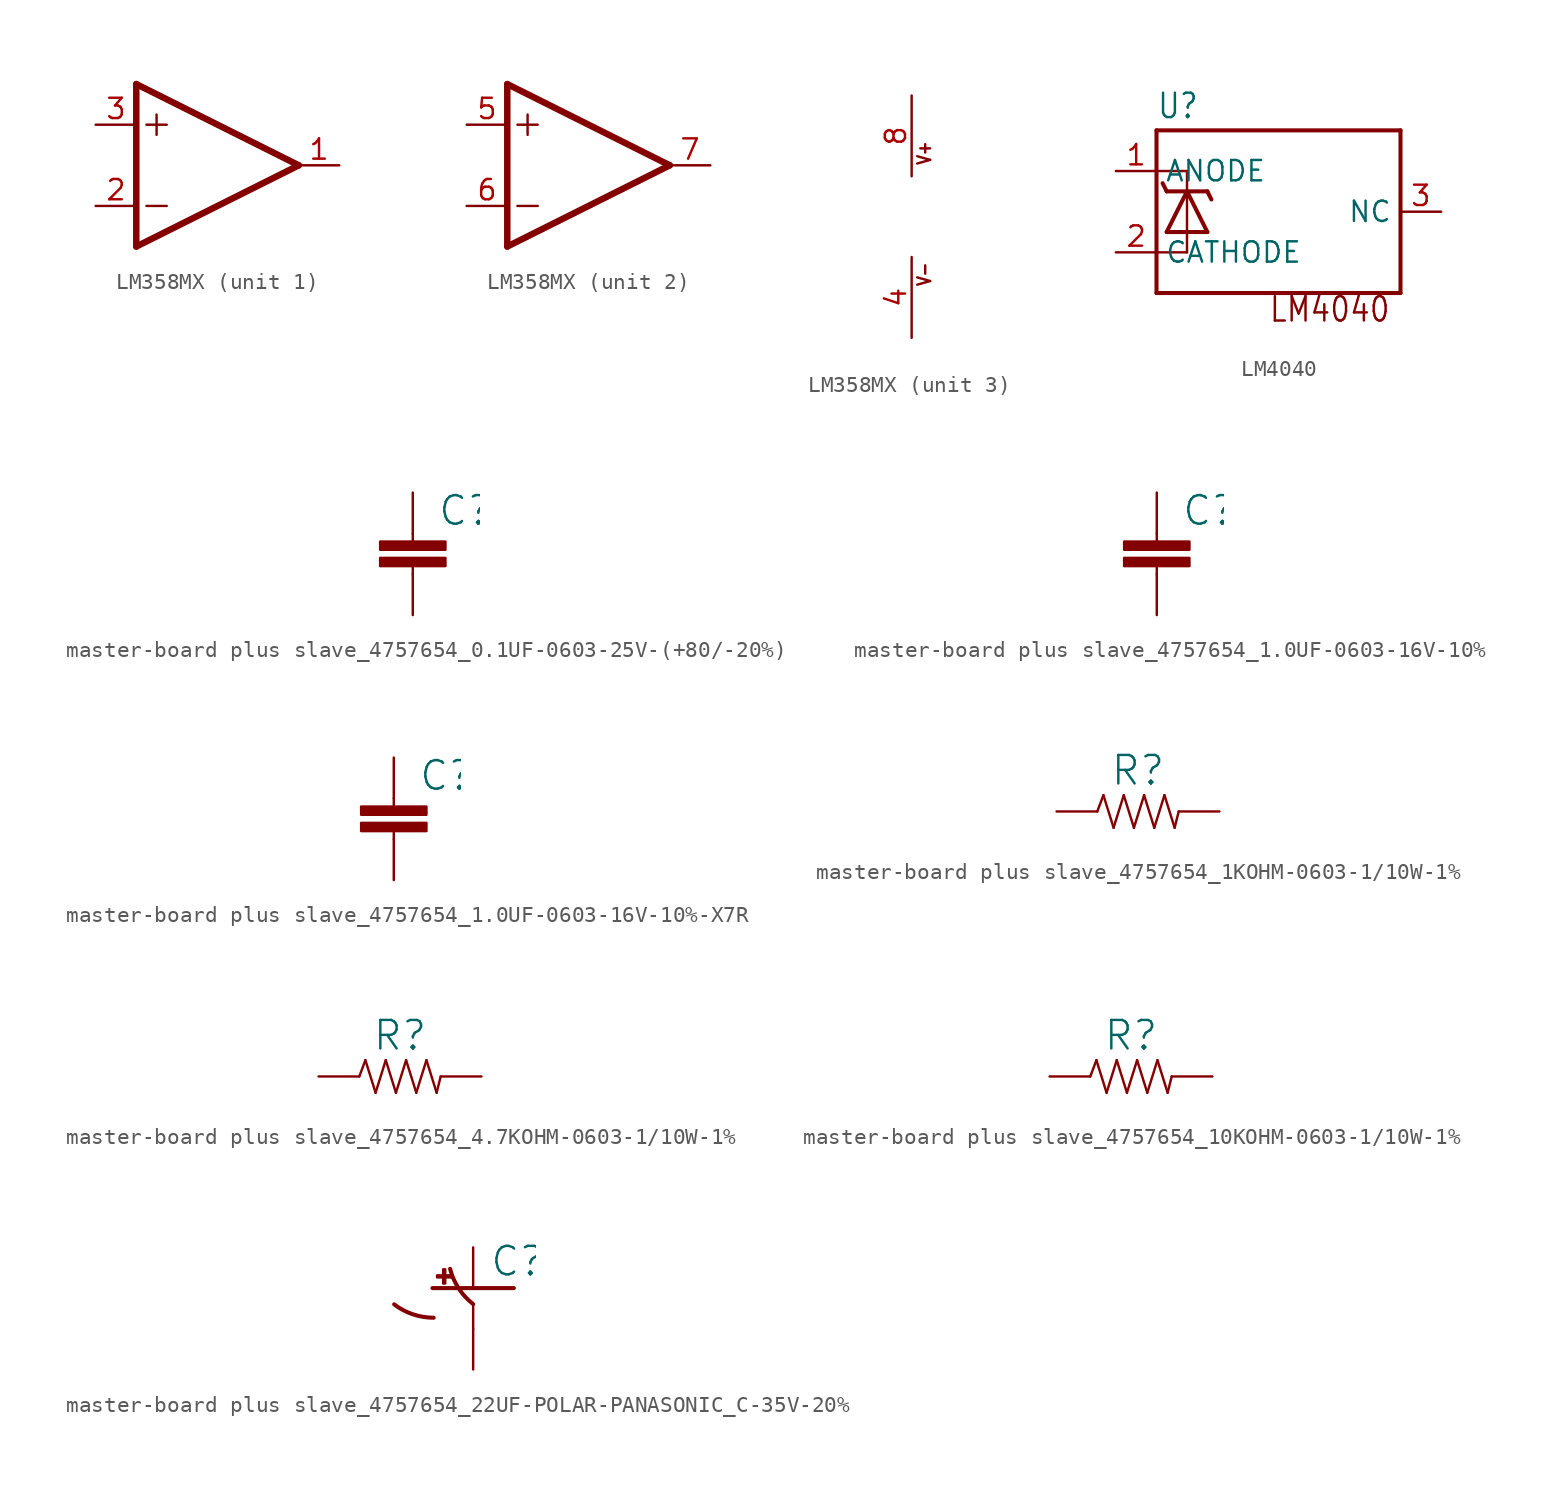
<source format=kicad_sym>
(kicad_symbol_lib
  (version 20241209)
  (generator "kicad_symbol_editor")
  (generator_version "9.0")
  (symbol "LM358MX"
    (property "Reference" "IC"
      (at 2.54 3.175 0)
      (effects (font (size 1.778 1.511)) (justify left bottom) (hide yes)))
    (property "ki_locked" ""
      (at 0 0 0)
      (effects (font (size 1.27 1.27))))
    (symbol "LM358MX_1_0"
      (polyline (pts (xy -5.08 5.08) (xy -5.08 -5.08)) (stroke (width 0.406) (type solid)) (fill (type none)))
      (polyline (pts (xy -5.08 -5.08) (xy 5.08 0)) (stroke (width 0.406) (type solid)) (fill (type none)))
      (polyline (pts (xy -4.445 2.54) (xy -3.175 2.54)) (stroke (width 0.152) (type solid)) (fill (type none)))
      (polyline (pts (xy -4.445 -2.54) (xy -3.175 -2.54)) (stroke (width 0.152) (type solid)) (fill (type none)))
      (polyline (pts (xy -3.81 3.175) (xy -3.81 1.905)) (stroke (width 0.152) (type solid)) (fill (type none)))
      (polyline (pts (xy 5.08 0) (xy -5.08 5.08)) (stroke (width 0.406) (type solid)) (fill (type none)))
      (pin input line (at -7.62 2.54 0) (length 2.54) (name "+IN" (effects (font (size 0 0)))) (number "3" (effects (font (size 1.27 1.27)))))
      (pin input line (at -7.62 -2.54 0) (length 2.54) (name "-IN" (effects (font (size 0 0)))) (number "2" (effects (font (size 1.27 1.27)))))
      (pin output line (at 7.62 0 180) (length 2.54) (name "OUT" (effects (font (size 0 0)))) (number "1" (effects (font (size 1.27 1.27))))))
    (symbol "LM358MX_2_0"
      (polyline (pts (xy -5.08 5.08) (xy -5.08 -5.08)) (stroke (width 0.406) (type solid)) (fill (type none)))
      (polyline (pts (xy -5.08 -5.08) (xy 5.08 0)) (stroke (width 0.406) (type solid)) (fill (type none)))
      (polyline (pts (xy -4.445 2.54) (xy -3.175 2.54)) (stroke (width 0.152) (type solid)) (fill (type none)))
      (polyline (pts (xy -4.445 -2.54) (xy -3.175 -2.54)) (stroke (width 0.152) (type solid)) (fill (type none)))
      (polyline (pts (xy -3.81 3.175) (xy -3.81 1.905)) (stroke (width 0.152) (type solid)) (fill (type none)))
      (polyline (pts (xy 5.08 0) (xy -5.08 5.08)) (stroke (width 0.406) (type solid)) (fill (type none)))
      (pin input line (at -7.62 2.54 0) (length 2.54) (name "+IN" (effects (font (size 0 0)))) (number "5" (effects (font (size 1.27 1.27)))))
      (pin input line (at -7.62 -2.54 0) (length 2.54) (name "-IN" (effects (font (size 0 0)))) (number "6" (effects (font (size 1.27 1.27)))))
      (pin output line (at 7.62 0 180) (length 2.54) (name "OUT" (effects (font (size 0 0)))) (number "7" (effects (font (size 1.27 1.27))))))
    (symbol "LM358MX_3_0"
      (text "V+" (at 1.27 3.175 900) (effects (font (size 0.813 0.691)) (justify left bottom)))
      (text "V-" (at 1.27 -4.445 900) (effects (font (size 0.813 0.691)) (justify left bottom)))
      (pin power_in line (at 0 7.62 270) (length 5.08) (name "V+" (effects (font (size 0 0)))) (number "8" (effects (font (size 1.27 1.27)))))
      (pin power_in line (at 0 -7.62 90) (length 5.08) (name "V-" (effects (font (size 0 0)))) (number "4" (effects (font (size 1.27 1.27)))))))
  (symbol "LM4040"
    (property "Reference" "U"
      (at -7.62 5.715 0)
      (effects (font (size 1.524 1.295)) (justify left bottom)))
    (property "ki_locked" ""
      (at 0 0 0)
      (effects (font (size 1.27 1.27))))
    (symbol "LM4040_1_0"
      (polyline (pts (xy -7.62 5.08) (xy -7.62 2.54)) (stroke (width 0.254) (type solid)) (fill (type none)))
      (polyline (pts (xy -7.62 2.54) (xy -7.62 -2.54)) (stroke (width 0.254) (type solid)) (fill (type none)))
      (polyline (pts (xy -7.62 -2.54) (xy -7.62 -5.08)) (stroke (width 0.254) (type solid)) (fill (type none)))
      (polyline (pts (xy -7.62 -5.08) (xy 7.62 -5.08)) (stroke (width 0.254) (type solid)) (fill (type none)))
      (polyline (pts (xy -6.985 1.27) (xy -7.239 1.778)) (stroke (width 0.254) (type solid)) (fill (type none)))
      (polyline (pts (xy -6.985 1.27) (xy -5.715 1.27)) (stroke (width 0.254) (type solid)) (fill (type none)))
      (polyline (pts (xy -6.985 -1.27) (xy -4.445 -1.27)) (stroke (width 0.254) (type solid)) (fill (type none)))
      (polyline (pts (xy -5.715 2.54) (xy -7.62 2.54)) (stroke (width 0.152) (type solid)) (fill (type none)))
      (polyline (pts (xy -5.715 2.54) (xy -5.715 -2.54)) (stroke (width 0.152) (type solid)) (fill (type none)))
      (polyline (pts (xy -5.715 1.27) (xy -6.985 -1.27)) (stroke (width 0.254) (type solid)) (fill (type none)))
      (polyline (pts (xy -5.715 1.27) (xy -4.445 1.27)) (stroke (width 0.254) (type solid)) (fill (type none)))
      (polyline (pts (xy -5.715 -2.54) (xy -7.62 -2.54)) (stroke (width 0.152) (type solid)) (fill (type none)))
      (polyline (pts (xy -4.445 1.27) (xy -4.191 0.762)) (stroke (width 0.254) (type solid)) (fill (type none)))
      (polyline (pts (xy -4.445 -1.27) (xy -5.715 1.27)) (stroke (width 0.254) (type solid)) (fill (type none)))
      (polyline (pts (xy 7.62 5.08) (xy -7.62 5.08)) (stroke (width 0.254) (type solid)) (fill (type none)))
      (polyline (pts (xy 7.62 -5.08) (xy 7.62 5.08)) (stroke (width 0.254) (type solid)) (fill (type none)))
      (text "LM4040" (at -0.636 -6.992 0) (effects (font (size 1.526 1.297)) (justify left bottom)))
      (pin bidirectional line (at -10.16 2.54 0) (length 2.54) (name "ANODE" (effects (font (size 1.27 1.27)))) (number "1" (effects (font (size 1.27 1.27)))))
      (pin bidirectional line (at -10.16 -2.54 0) (length 2.54) (name "CATHODE" (effects (font (size 1.27 1.27)))) (number "2" (effects (font (size 1.27 1.27)))))
      (pin bidirectional line (at 10.16 0 180) (length 2.54) (name "NC" (effects (font (size 1.27 1.27)))) (number "3" (effects (font (size 1.27 1.27)))))))
  (symbol "master-board plus slave_4757654_0.1UF-0603-25V-(+80/-20%)"
    (property "Reference" "C"
      (at 1.524 2.921 0)
      (effects (font (size 1.778 1.778)) (justify left bottom)))
    (property "Value" ""
      (at 1.524 -2.159 0)
      (effects (font (size 1.778 1.778)) (justify left bottom)))
    (property "ki_locked" ""
      (at 0 0 0)
      (effects (font (size 1.27 1.27))))
    (symbol "master-board plus slave_4757654_0.1UF-0603-25V-(+80/-20%)_1_0"
      (rectangle (start -2.032 1.524) (end 2.032 2.032) (stroke (width 0) (type default)) (fill (type outline)))
      (rectangle (start -2.032 0.508) (end 2.032 1.016) (stroke (width 0) (type default)) (fill (type outline)))
      (polyline (pts (xy 0 2.54) (xy 0 2.032)) (stroke (width 0.152) (type solid)) (fill (type none)))
      (polyline (pts (xy 0 0) (xy 0 0.508)) (stroke (width 0.152) (type solid)) (fill (type none)))
      (pin passive line (at 0 5.08 270) (length 2.54) (name "1" (effects (font (size 0 0)))) (number "1" (effects (font (size 0 0)))))
      (pin passive line (at 0 -2.54 90) (length 2.54) (name "2" (effects (font (size 0 0)))) (number "2" (effects (font (size 0 0)))))))
  (symbol "master-board plus slave_4757654_1.0UF-0603-16V-10%"
    (property "Reference" "C"
      (at 1.524 2.921 0)
      (effects (font (size 1.778 1.778)) (justify left bottom)))
    (property "Value" ""
      (at 1.524 -2.159 0)
      (effects (font (size 1.778 1.778)) (justify left bottom)))
    (property "ki_locked" ""
      (at 0 0 0)
      (effects (font (size 1.27 1.27))))
    (symbol "master-board plus slave_4757654_1.0UF-0603-16V-10%_1_0"
      (rectangle (start -2.032 1.524) (end 2.032 2.032) (stroke (width 0) (type default)) (fill (type outline)))
      (rectangle (start -2.032 0.508) (end 2.032 1.016) (stroke (width 0) (type default)) (fill (type outline)))
      (polyline (pts (xy 0 2.54) (xy 0 2.032)) (stroke (width 0.152) (type solid)) (fill (type none)))
      (polyline (pts (xy 0 0) (xy 0 0.508)) (stroke (width 0.152) (type solid)) (fill (type none)))
      (pin passive line (at 0 5.08 270) (length 2.54) (name "1" (effects (font (size 0 0)))) (number "1" (effects (font (size 0 0)))))
      (pin passive line (at 0 -2.54 90) (length 2.54) (name "2" (effects (font (size 0 0)))) (number "2" (effects (font (size 0 0)))))))
  (symbol "master-board plus slave_4757654_1.0UF-0603-16V-10%-X7R"
    (property "Reference" "C"
      (at 1.524 2.921 0)
      (effects (font (size 1.778 1.778)) (justify left bottom)))
    (property "Value" ""
      (at 1.524 -2.159 0)
      (effects (font (size 1.778 1.778)) (justify left bottom)))
    (property "ki_locked" ""
      (at 0 0 0)
      (effects (font (size 1.27 1.27))))
    (symbol "master-board plus slave_4757654_1.0UF-0603-16V-10%-X7R_1_0"
      (rectangle (start -2.032 1.524) (end 2.032 2.032) (stroke (width 0) (type default)) (fill (type outline)))
      (rectangle (start -2.032 0.508) (end 2.032 1.016) (stroke (width 0) (type default)) (fill (type outline)))
      (polyline (pts (xy 0 2.54) (xy 0 2.032)) (stroke (width 0.152) (type solid)) (fill (type none)))
      (polyline (pts (xy 0 0) (xy 0 0.508)) (stroke (width 0.152) (type solid)) (fill (type none)))
      (pin passive line (at 0 5.08 270) (length 2.54) (name "1" (effects (font (size 0 0)))) (number "1" (effects (font (size 0 0)))))
      (pin passive line (at 0 -2.54 90) (length 2.54) (name "2" (effects (font (size 0 0)))) (number "2" (effects (font (size 0 0)))))))
  (symbol "master-board plus slave_4757654_1KOHM-0603-1/10W-1%"
    (property "Reference" "R"
      (at 0 1.524 0)
      (effects (font (size 1.778 1.778)) (justify bottom)))
    (property "Value" ""
      (at 0 -1.524 0)
      (effects (font (size 1.778 1.778)) (justify top)))
    (property "ki_locked" ""
      (at 0 0 0)
      (effects (font (size 1.27 1.27))))
    (symbol "master-board plus slave_4757654_1KOHM-0603-1/10W-1%_1_0"
      (polyline (pts (xy -2.54 0) (xy -2.159 1.016)) (stroke (width 0.152) (type solid)) (fill (type none)))
      (polyline (pts (xy -2.159 1.016) (xy -1.524 -1.016)) (stroke (width 0.152) (type solid)) (fill (type none)))
      (polyline (pts (xy -1.524 -1.016) (xy -0.889 1.016)) (stroke (width 0.152) (type solid)) (fill (type none)))
      (polyline (pts (xy -0.889 1.016) (xy -0.254 -1.016)) (stroke (width 0.152) (type solid)) (fill (type none)))
      (polyline (pts (xy -0.254 -1.016) (xy 0.381 1.016)) (stroke (width 0.152) (type solid)) (fill (type none)))
      (polyline (pts (xy 0.381 1.016) (xy 1.016 -1.016)) (stroke (width 0.152) (type solid)) (fill (type none)))
      (polyline (pts (xy 1.016 -1.016) (xy 1.651 1.016)) (stroke (width 0.152) (type solid)) (fill (type none)))
      (polyline (pts (xy 1.651 1.016) (xy 2.286 -1.016)) (stroke (width 0.152) (type solid)) (fill (type none)))
      (polyline (pts (xy 2.286 -1.016) (xy 2.54 0)) (stroke (width 0.152) (type solid)) (fill (type none)))
      (pin passive line (at -5.08 0 0) (length 2.54) (name "1" (effects (font (size 0 0)))) (number "1" (effects (font (size 0 0)))))
      (pin passive line (at 5.08 0 180) (length 2.54) (name "2" (effects (font (size 0 0)))) (number "2" (effects (font (size 0 0)))))))
  (symbol "master-board plus slave_4757654_4.7KOHM-0603-1/10W-1%"
    (property "Reference" "R"
      (at 0 1.524 0)
      (effects (font (size 1.778 1.778)) (justify bottom)))
    (property "Value" ""
      (at 0 -1.524 0)
      (effects (font (size 1.778 1.778)) (justify top)))
    (property "ki_locked" ""
      (at 0 0 0)
      (effects (font (size 1.27 1.27))))
    (symbol "master-board plus slave_4757654_4.7KOHM-0603-1/10W-1%_1_0"
      (polyline (pts (xy -2.54 0) (xy -2.159 1.016)) (stroke (width 0.152) (type solid)) (fill (type none)))
      (polyline (pts (xy -2.159 1.016) (xy -1.524 -1.016)) (stroke (width 0.152) (type solid)) (fill (type none)))
      (polyline (pts (xy -1.524 -1.016) (xy -0.889 1.016)) (stroke (width 0.152) (type solid)) (fill (type none)))
      (polyline (pts (xy -0.889 1.016) (xy -0.254 -1.016)) (stroke (width 0.152) (type solid)) (fill (type none)))
      (polyline (pts (xy -0.254 -1.016) (xy 0.381 1.016)) (stroke (width 0.152) (type solid)) (fill (type none)))
      (polyline (pts (xy 0.381 1.016) (xy 1.016 -1.016)) (stroke (width 0.152) (type solid)) (fill (type none)))
      (polyline (pts (xy 1.016 -1.016) (xy 1.651 1.016)) (stroke (width 0.152) (type solid)) (fill (type none)))
      (polyline (pts (xy 1.651 1.016) (xy 2.286 -1.016)) (stroke (width 0.152) (type solid)) (fill (type none)))
      (polyline (pts (xy 2.286 -1.016) (xy 2.54 0)) (stroke (width 0.152) (type solid)) (fill (type none)))
      (pin passive line (at -5.08 0 0) (length 2.54) (name "1" (effects (font (size 0 0)))) (number "1" (effects (font (size 0 0)))))
      (pin passive line (at 5.08 0 180) (length 2.54) (name "2" (effects (font (size 0 0)))) (number "2" (effects (font (size 0 0)))))))
  (symbol "master-board plus slave_4757654_10KOHM-0603-1/10W-1%"
    (property "Reference" "R"
      (at 0 1.524 0)
      (effects (font (size 1.778 1.778)) (justify bottom)))
    (property "Value" ""
      (at 0 -1.524 0)
      (effects (font (size 1.778 1.778)) (justify top)))
    (property "ki_locked" ""
      (at 0 0 0)
      (effects (font (size 1.27 1.27))))
    (symbol "master-board plus slave_4757654_10KOHM-0603-1/10W-1%_1_0"
      (polyline (pts (xy -2.54 0) (xy -2.159 1.016)) (stroke (width 0.152) (type solid)) (fill (type none)))
      (polyline (pts (xy -2.159 1.016) (xy -1.524 -1.016)) (stroke (width 0.152) (type solid)) (fill (type none)))
      (polyline (pts (xy -1.524 -1.016) (xy -0.889 1.016)) (stroke (width 0.152) (type solid)) (fill (type none)))
      (polyline (pts (xy -0.889 1.016) (xy -0.254 -1.016)) (stroke (width 0.152) (type solid)) (fill (type none)))
      (polyline (pts (xy -0.254 -1.016) (xy 0.381 1.016)) (stroke (width 0.152) (type solid)) (fill (type none)))
      (polyline (pts (xy 0.381 1.016) (xy 1.016 -1.016)) (stroke (width 0.152) (type solid)) (fill (type none)))
      (polyline (pts (xy 1.016 -1.016) (xy 1.651 1.016)) (stroke (width 0.152) (type solid)) (fill (type none)))
      (polyline (pts (xy 1.651 1.016) (xy 2.286 -1.016)) (stroke (width 0.152) (type solid)) (fill (type none)))
      (polyline (pts (xy 2.286 -1.016) (xy 2.54 0)) (stroke (width 0.152) (type solid)) (fill (type none)))
      (pin passive line (at -5.08 0 0) (length 2.54) (name "1" (effects (font (size 0 0)))) (number "1" (effects (font (size 0 0)))))
      (pin passive line (at 5.08 0 180) (length 2.54) (name "2" (effects (font (size 0 0)))) (number "2" (effects (font (size 0 0)))))))
  (symbol "master-board plus slave_4757654_22UF-POLAR-PANASONIC_C-35V-20%"
    (property "Reference" "C"
      (at 1.016 0.635 0)
      (effects (font (size 1.778 1.778)) (justify left bottom)))
    (property "Value" ""
      (at 1.016 -4.191 0)
      (effects (font (size 1.778 1.778)) (justify left bottom)))
    (property "ki_locked" ""
      (at 0 0 0)
      (effects (font (size 1.27 1.27))))
    (symbol "master-board plus slave_4757654_22UF-POLAR-PANASONIC_C-35V-20%_1_0"
      (polyline (pts (xy -2.54 0) (xy 2.54 0)) (stroke (width 0.254) (type solid)) (fill (type none)))
      (arc (start -2.4669 -1.8504) (mid -3.7689 -1.6361) (end -4.9337 -1.0159) (stroke (width 0.254) (type solid)) (fill (type none)))
      (rectangle (start -2.253 0.668) (end -1.364 0.795) (stroke (width 0) (type default)) (fill (type outline)))
      (rectangle (start -1.872 0.287) (end -1.745 1.176) (stroke (width 0) (type default)) (fill (type outline)))
      (polyline (pts (xy 0 -1.016) (xy 0 -1.016)) (stroke (width 0.152) (type solid)) (fill (type none)))
      (polyline (pts (xy 0 -1.016) (xy 0 -2.54)) (stroke (width 0.152) (type solid)) (fill (type none)))
      (arc (start 0 -1) (mid -0.9038 -0.0189) (end -1.4403 1.2025) (stroke (width 0.254) (type solid)) (fill (type none)))
      (pin passive line (at 0 2.54 270) (length 2.54) (name "+" (effects (font (size 0 0)))) (number "+" (effects (font (size 0 0)))))
      (pin passive line (at 0 -5.08 90) (length 2.54) (name "-" (effects (font (size 0 0)))) (number "-" (effects (font (size 0 0))))))))
</source>
